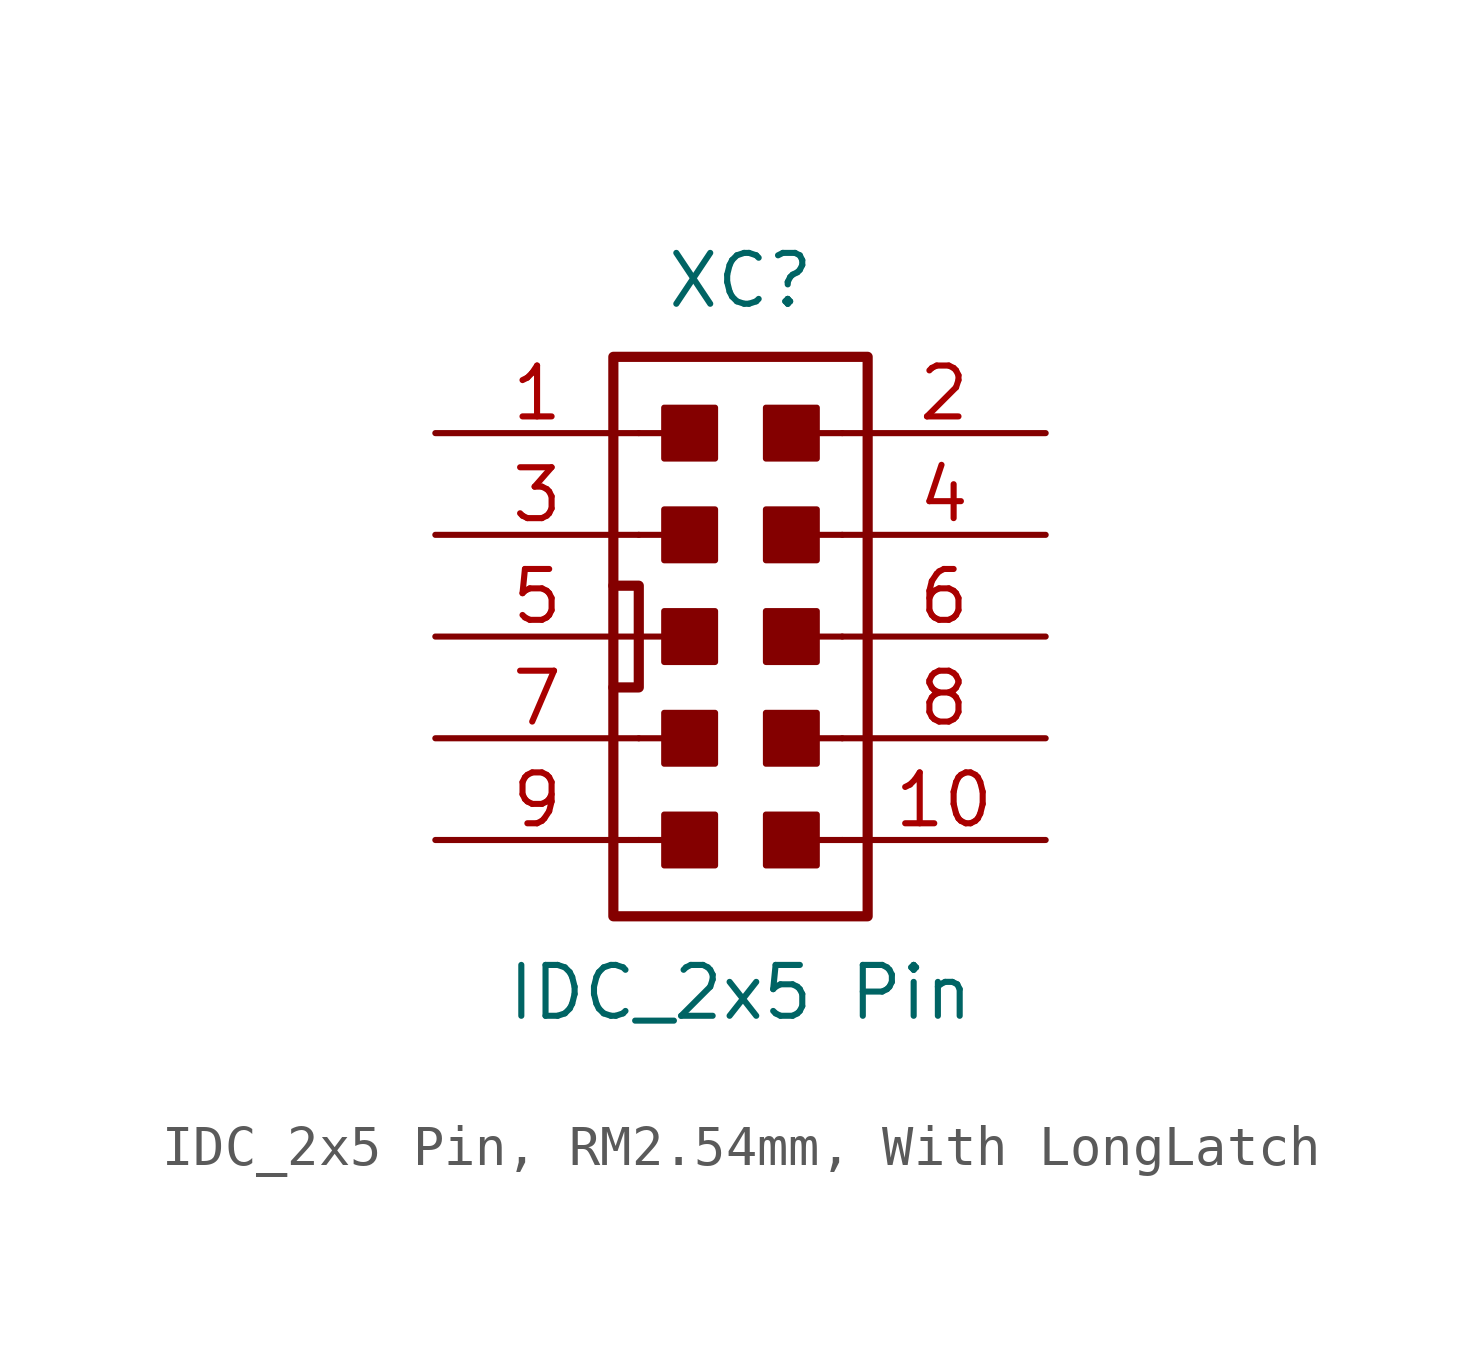
<source format=kicad_sym>
(kicad_symbol_lib
  (version 20220914)
  (generator kicad_symbol_editor)
  (symbol "IDC_2x5 Pin, RM2.54mm, With LongLatch"
    (pin_names
      (offset 1.016) hide)
    (property "Reference" "XC"
      (at 0 8.89 0)
      (effects (font (size 1.27 1.27))))
    (property "Value" "IDC_2x5 Pin"
      (at 0 -8.89 0)
      (effects (font (size 1.27 1.27))))
    (symbol "IDC_2x5 Pin, RM2.54mm, With LongLatch_1_0"
      (polyline (pts (xy -2.54 -5.08) (xy -1.27 -5.08)) (stroke (width 0) (type default)) (fill (type none)))
      (polyline (pts (xy -2.54 -2.54) (xy -1.27 -2.54)) (stroke (width 0) (type default)) (fill (type none)))
      (polyline (pts (xy -2.54 0) (xy -1.27 0)) (stroke (width 0) (type default)) (fill (type none)))
      (polyline (pts (xy -2.54 2.54) (xy -1.27 2.54)) (stroke (width 0) (type default)) (fill (type none)))
      (polyline (pts (xy -2.54 5.08) (xy -1.27 5.08)) (stroke (width 0) (type default)) (fill (type none)))
      (polyline (pts (xy 2.54 -5.08) (xy 1.27 -5.08)) (stroke (width 0) (type default)) (fill (type none)))
      (polyline (pts (xy 2.54 -2.54) (xy 1.27 -2.54)) (stroke (width 0) (type default)) (fill (type none)))
      (polyline (pts (xy 2.54 0) (xy 1.27 0)) (stroke (width 0) (type default)) (fill (type none)))
      (polyline (pts (xy 2.54 2.54) (xy 1.27 2.54)) (stroke (width 0) (type default)) (fill (type none)))
      (polyline (pts (xy 2.54 5.08) (xy 1.27 5.08)) (stroke (width 0) (type default)) (fill (type none))))
    (symbol "IDC_2x5 Pin, RM2.54mm, With LongLatch_1_1"
      (rectangle (start -3.175 6.985) (end 3.175 -6.985) (stroke (width 0.254) (type default)) (fill (type none)))
      (rectangle (start -1.905 -5.715) (end -0.635 -4.445) (stroke (width 0) (type default)) (fill (type outline)))
      (rectangle (start -1.905 -3.175) (end -0.635 -1.905) (stroke (width 0) (type default)) (fill (type outline)))
      (rectangle (start -1.905 -0.635) (end -0.635 0.635) (stroke (width 0) (type default)) (fill (type outline)))
      (rectangle (start -1.905 1.905) (end -0.635 3.175) (stroke (width 0) (type default)) (fill (type outline)))
      (rectangle (start -1.905 4.445) (end -0.635 5.715) (stroke (width 0) (type default)) (fill (type outline)))
      (polyline (pts (xy -3.175 1.27) (xy -2.54 1.27) (xy -2.54 -1.27) (xy -3.175 -1.27)) (stroke (width 0.254) (type default)) (fill (type none)))
      (rectangle (start 0.635 -4.445) (end 1.905 -5.715) (stroke (width 0) (type default)) (fill (type outline)))
      (rectangle (start 0.635 -1.905) (end 1.905 -3.175) (stroke (width 0) (type default)) (fill (type outline)))
      (rectangle (start 0.635 0.635) (end 1.905 -0.635) (stroke (width 0) (type default)) (fill (type outline)))
      (rectangle (start 0.635 3.175) (end 1.905 1.905) (stroke (width 0) (type default)) (fill (type outline)))
      (rectangle (start 0.635 5.715) (end 1.905 4.445) (stroke (width 0) (type default)) (fill (type outline)))
      (pin passive line (at -7.62 5.08 0) (length 5.08) (name "1" (effects (font (size 1.27 1.27)))) (number "1" (effects (font (size 1.27 1.27)))))
      (pin passive line (at 7.62 -5.08 180) (length 5.08) (name "10" (effects (font (size 1.27 1.27)))) (number "10" (effects (font (size 1.27 1.27)))))
      (pin passive line (at 7.62 5.08 180) (length 5.08) (name "2" (effects (font (size 1.27 1.27)))) (number "2" (effects (font (size 1.27 1.27)))))
      (pin passive line (at -7.62 2.54 0) (length 5.08) (name "3" (effects (font (size 1.27 1.27)))) (number "3" (effects (font (size 1.27 1.27)))))
      (pin passive line (at 7.62 2.54 180) (length 5.08) (name "4" (effects (font (size 1.27 1.27)))) (number "4" (effects (font (size 1.27 1.27)))))
      (pin passive line (at -7.62 0 0) (length 5.08) (name "5" (effects (font (size 1.27 1.27)))) (number "5" (effects (font (size 1.27 1.27)))))
      (pin passive line (at 7.62 0 180) (length 5.08) (name "6" (effects (font (size 1.27 1.27)))) (number "6" (effects (font (size 1.27 1.27)))))
      (pin passive line (at -7.62 -2.54 0) (length 5.08) (name "7" (effects (font (size 1.27 1.27)))) (number "7" (effects (font (size 1.27 1.27)))))
      (pin passive line (at 7.62 -2.54 180) (length 5.08) (name "8" (effects (font (size 1.27 1.27)))) (number "8" (effects (font (size 1.27 1.27)))))
      (pin passive line (at -7.62 -5.08 0) (length 5.08) (name "9" (effects (font (size 1.27 1.27)))) (number "9" (effects (font (size 1.27 1.27))))))))
</source>
